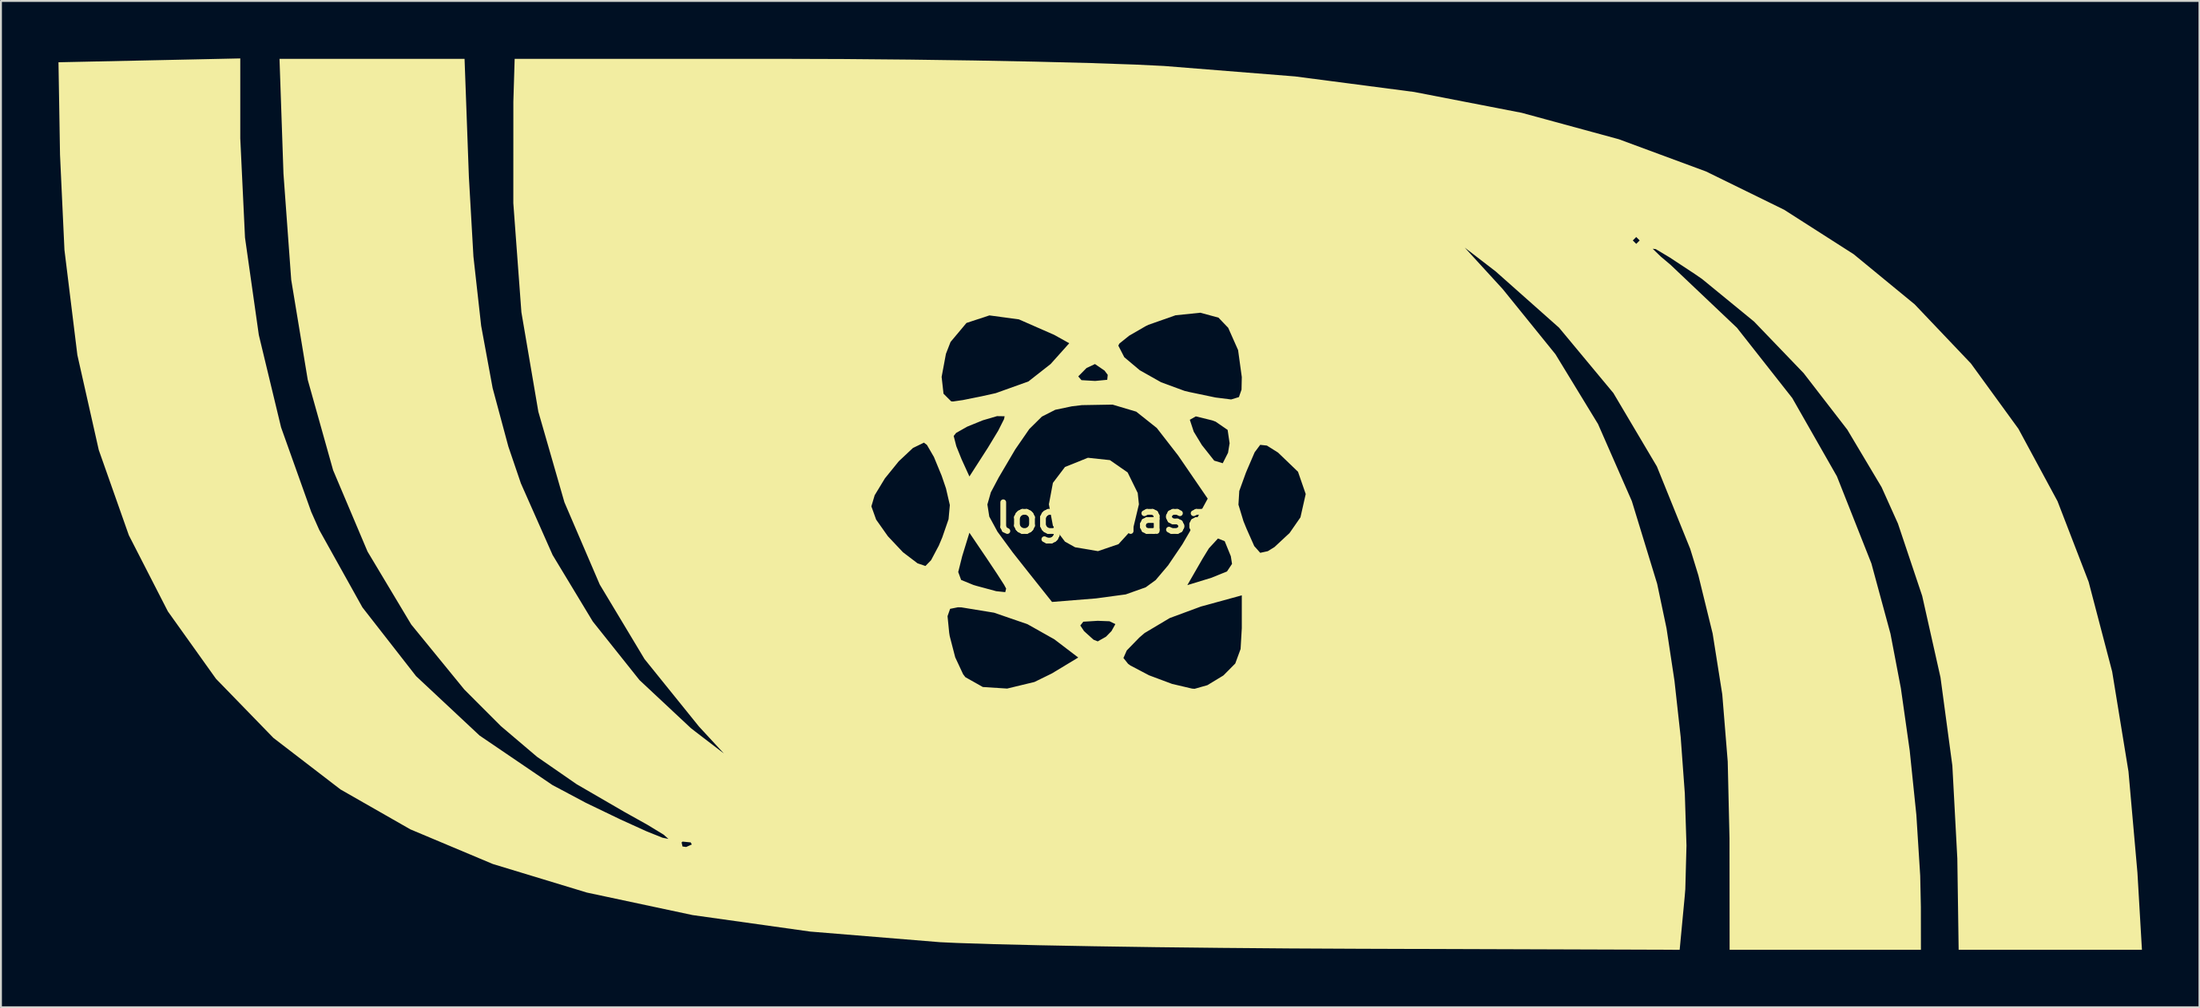
<source format=kicad_pcb>
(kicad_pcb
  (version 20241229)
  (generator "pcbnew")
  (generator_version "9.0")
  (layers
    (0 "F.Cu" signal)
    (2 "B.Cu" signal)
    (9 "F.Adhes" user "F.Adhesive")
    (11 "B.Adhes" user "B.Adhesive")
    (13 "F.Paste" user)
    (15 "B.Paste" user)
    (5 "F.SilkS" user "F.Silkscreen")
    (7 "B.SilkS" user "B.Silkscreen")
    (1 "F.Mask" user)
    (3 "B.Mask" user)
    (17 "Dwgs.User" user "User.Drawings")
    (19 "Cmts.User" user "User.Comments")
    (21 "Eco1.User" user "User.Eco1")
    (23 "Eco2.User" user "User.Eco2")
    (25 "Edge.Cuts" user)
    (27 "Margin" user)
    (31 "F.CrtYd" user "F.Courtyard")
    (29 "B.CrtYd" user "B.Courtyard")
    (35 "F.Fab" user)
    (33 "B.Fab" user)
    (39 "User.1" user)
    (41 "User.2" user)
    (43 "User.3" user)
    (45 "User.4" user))
  (footprint "logo_nasa"
    (layer "F.Cu")
    (at 54.556 23.99)
    (property "Reference" "logo_nasa" (at 0 0 0) (layer "F.SilkS") (effects (font (size 1.5 1.5) (thickness 0.3))))
    (attr board_only exclude_from_pos_files exclude_from_bom)
    (fp_poly (pts (xy 0.277 -3.022) (xy 1.2 -2.38) (xy 1.727 -1.307) (xy 1.789 -0.715) (xy 1.494 0.52) (xy 0.725 1.364) (xy -0.344 1.729) (xy -1.54 1.527) (xy -2.067 1.232) (xy -2.696 0.403) (xy -2.905 -0.716) (xy -2.696 -1.834) (xy -2.067 -2.663) (xy -0.87 -3.145)) (stroke (width 0) (type solid)) (fill yes) (layer "F.SilkS"))
    (fp_poly (pts (xy -45.076 -19.822) (xy -44.829 -14.638) (xy -44.108 -9.554) (xy -42.947 -4.73) (xy -41.376 -0.323) (xy -40.956 0.623) (xy -38.705 4.665) (xy -35.908 8.253) (xy -32.596 11.354) (xy -28.802 13.935) (xy -27.05 14.868) (xy -25.239 15.74) (xy -23.899 16.349) (xy -23.058 16.688) (xy -22.748 16.75) (xy -22.999 16.527) (xy -23.841 16.013) (xy -25.042 15.342) (xy -27.534 13.895) (xy -29.597 12.466) (xy -31.488 10.859) (xy -33.389 8.955) (xy -36.161 5.557) (xy -38.439 1.75) (xy -40.234 -2.496) (xy -41.557 -7.214) (xy -42.419 -12.435) (xy -42.823 -17.977) (xy -43.029 -23.969) (xy -38.204 -23.969) (xy -33.379 -23.969) (xy -33.153 -17.798) (xy -32.916 -13.648) (xy -32.513 -10.033) (xy -31.915 -6.783) (xy -31.095 -3.732) (xy -30.441 -1.809) (xy -28.786 1.932) (xy -26.691 5.402) (xy -24.255 8.46) (xy -21.577 10.967) (xy -21.369 11.129) (xy -19.855 12.291) (xy -21.153 10.886) (xy -23.993 7.363) (xy -25.337 5.124) (xy -8.191 5.124) (xy -8.105 5.993) (xy -8.078 6.162) (xy -7.791 7.271) (xy -7.379 8.154) (xy -7.261 8.308) (xy -6.351 8.821) (xy -5.082 8.902) (xy -3.659 8.559) (xy -2.745 8.111) (xy -1.416 7.307) (xy 0.982 7.307) (xy 1.227 7.613) (xy 1.348 7.7) (xy 2.317 8.21) (xy 3.517 8.659) (xy 4.56 8.904) (xy 4.692 8.915) (xy 5.36 8.726) (xy 6.18 8.228) (xy 6.212 8.202) (xy 6.815 7.593) (xy 7.092 6.837) (xy 7.155 5.749) (xy 7.155 4.036) (xy 5.024 4.62) (xy 3.396 5.222) (xy 2.086 6.003) (xy 1.811 6.239) (xy 1.156 6.912) (xy 0.982 7.307) (xy -1.416 7.307) (xy -1.375 7.282) (xy -2.618 6.334) (xy -3.901 5.61) (xy -1.267 5.61) (xy -1.073 5.903) (xy -0.579 6.351) (xy -0.358 6.439) (xy 0.07 6.197) (xy 0.358 5.903) (xy 0.561 5.538) (xy 0.256 5.389) (xy -0.358 5.366) (xy -1.11 5.412) (xy -1.267 5.61) (xy -3.901 5.61) (xy -4.025 5.541) (xy -5.765 4.942) (xy -7.462 4.665) (xy -7.648 4.659) (xy -8.057 4.741) (xy -8.191 5.124) (xy -25.337 5.124) (xy -26.329 3.472) (xy -26.609 2.819) (xy -7.634 2.819) (xy -7.482 3.232) (xy -6.842 3.494) (xy -6.674 3.544) (xy -5.651 3.82) (xy -5.181 3.869) (xy -5.135 3.685) (xy -5.24 3.488) (xy -5.614 2.907) (xy -6.179 2.058) (xy -6.283 1.905) (xy -7.051 0.769) (xy -7.427 1.993) (xy -7.634 2.819) (xy -26.609 2.819) (xy -28.08 -0.609) (xy -12.163 -0.609) (xy -11.915 0.083) (xy -11.301 0.953) (xy -10.516 1.786) (xy -9.755 2.365) (xy -9.343 2.504) (xy -9.05 2.202) (xy -8.646 1.44) (xy -8.467 1.015) (xy -8.138 0.063) (xy -8.071 -0.676) (xy -8.078 -0.706) (xy -6.113 -0.706) (xy -6.014 -0.074) (xy -5.588 0.711) (xy -4.791 1.797) (xy -3.986 2.817) (xy -2.742 4.381) (xy -0.452 4.197) (xy 1.103 3.987) (xy 2.144 3.617) (xy 2.299 3.504) (xy 4.314 3.504) (xy 5.56 3.122) (xy 6.381 2.791) (xy 6.645 2.395) (xy 6.583 1.996) (xy 6.263 1.209) (xy 5.912 1.069) (xy 5.439 1.583) (xy 5.107 2.126) (xy 4.314 3.504) (xy 2.299 3.504) (xy 2.661 3.241) (xy 3.31 2.474) (xy 4.053 1.377) (xy 4.43 0.728) (xy 5.206 -0.697) (xy 6.98 -0.697) (xy 7.241 0.163) (xy 7.402 0.559) (xy 7.804 1.465) (xy 8.116 1.817) (xy 8.511 1.731) (xy 8.86 1.515) (xy 9.647 0.782) (xy 10.214 -0.036) (xy 10.488 -1.252) (xy 10.086 -2.415) (xy 9.043 -3.418) (xy 9.036 -3.422) (xy 8.464 -3.782) (xy 8.115 -3.82) (xy 7.825 -3.431) (xy 7.429 -2.51) (xy 7.363 -2.35) (xy 7.023 -1.411) (xy 6.98 -0.697) (xy 5.206 -0.697) (xy 5.377 -1.011) (xy 3.833 -3.267) (xy 2.721 -4.7) (xy 2.183 -5.128) (xy 4.444 -5.128) (xy 4.649 -4.507) (xy 5.072 -3.809) (xy 5.716 -2.995) (xy 6.161 -2.86) (xy 6.437 -3.406) (xy 6.519 -3.903) (xy 6.416 -4.599) (xy 5.789 -5.031) (xy 5.612 -5.096) (xy 4.758 -5.306) (xy 4.444 -5.128) (xy 2.183 -5.128) (xy 1.648 -5.553) (xy 0.414 -5.92) (xy -1.184 -5.893) (xy -1.711 -5.83) (xy -2.574 -5.649) (xy -3.271 -5.294) (xy -3.926 -4.646) (xy -4.658 -3.585) (xy -5.523 -2.115) (xy -5.934 -1.337) (xy -6.113 -0.706) (xy -8.078 -0.706) (xy -8.272 -1.546) (xy -8.497 -2.205) (xy -8.901 -3.186) (xy -9.264 -3.813) (xy -9.421 -3.935) (xy -9.995 -3.656) (xy -10.733 -2.963) (xy -11.457 -2.069) (xy -11.991 -1.189) (xy -12.163 -0.609) (xy -28.08 -0.609) (xy -28.171 -0.822) (xy -29.166 -4.282) (xy -7.87 -4.282) (xy -7.734 -3.75) (xy -7.46 -3.069) (xy -7.05 -2.169) (xy -6.081 -3.678) (xy -5.546 -4.563) (xy -5.242 -5.167) (xy -5.215 -5.312) (xy -5.611 -5.318) (xy -6.354 -5.1) (xy -7.161 -4.771) (xy -7.745 -4.441) (xy -7.87 -4.282) (xy -29.166 -4.282) (xy -29.531 -5.55) (xy -29.84 -7.368) (xy -8.499 -7.368) (xy -8.401 -6.489) (xy -8.002 -6.091) (xy -7.909 -6.082) (xy -7.391 -6.157) (xy -6.427 -6.351) (xy -5.676 -6.518) (xy -3.972 -7.129) (xy -3.638 -7.392) (xy -1.374 -7.392) (xy -1.206 -7.196) (xy -0.493 -7.155) (xy 0.137 -7.215) (xy 0.163 -7.473) (xy -0.004 -7.696) (xy -0.503 -8.037) (xy -0.942 -7.831) (xy -1.374 -7.392) (xy -3.638 -7.392) (xy -2.814 -8.039) (xy -1.955 -8.999) (xy 0.715 -8.999) (xy 1.027 -8.393) (xy 1.834 -7.714) (xy 2.946 -7.086) (xy 4.17 -6.636) (xy 4.41 -6.578) (xy 5.783 -6.291) (xy 6.599 -6.189) (xy 7.004 -6.312) (xy 7.141 -6.701) (xy 7.155 -7.357) (xy 6.961 -8.767) (xy 6.446 -9.928) (xy 5.939 -10.459) (xy 4.995 -10.716) (xy 3.701 -10.583) (xy 2.285 -10.085) (xy 2.132 -10.01) (xy 1.276 -9.514) (xy 0.772 -9.108) (xy 0.715 -8.999) (xy -1.955 -8.999) (xy -1.844 -9.123) (xy -2.621 -9.557) (xy -4.471 -10.37) (xy -6.007 -10.576) (xy -7.204 -10.182) (xy -8.034 -9.19) (xy -8.275 -8.57) (xy -8.499 -7.368) (xy -29.84 -7.368) (xy -30.415 -10.744) (xy -30.692 -14.489) (xy 27.546 -14.489) (xy 27.725 -14.31) (xy 27.904 -14.489) (xy 27.725 -14.668) (xy 27.546 -14.489) (xy -30.692 -14.489) (xy -30.836 -16.437) (xy -30.834 -21.733) (xy -30.766 -23.969) (xy -17.033 -23.969) (xy -13.634 -23.959) (xy -10.174 -23.929) (xy -6.788 -23.883) (xy -3.607 -23.822) (xy -0.767 -23.75) (xy 1.601 -23.669) (xy 3.091 -23.597) (xy 9.931 -23.051) (xy 16.141 -22.24) (xy 21.758 -21.15) (xy 26.821 -19.771) (xy 31.367 -18.089) (xy 35.436 -16.093) (xy 39.065 -13.77) (xy 42.245 -11.154) (xy 45.18 -8.066) (xy 47.656 -4.658) (xy 49.696 -0.876) (xy 51.318 3.331) (xy 52.545 8.016) (xy 53.396 13.232) (xy 53.863 18.513) (xy 54.098 22.538) (xy 49.319 22.538) (xy 44.539 22.537) (xy 44.47 17.774) (xy 44.211 12.927) (xy 43.592 8.318) (xy 42.638 4.066) (xy 41.373 0.289) (xy 40.52 -1.61) (xy 38.732 -4.612) (xy 36.454 -7.564) (xy 33.868 -10.256) (xy 31.158 -12.477) (xy 30.766 -12.747) (xy 29.468 -13.603) (xy 28.74 -14.038) (xy 28.584 -14.054) (xy 29.003 -13.649) (xy 29.514 -13.217) (xy 32.976 -9.932) (xy 35.862 -6.262) (xy 38.192 -2.173) (xy 39.988 2.369) (xy 40.984 6.041) (xy 41.526 8.884) (xy 41.987 12.138) (xy 42.334 15.501) (xy 42.534 18.671) (xy 42.569 20.302) (xy 42.572 22.538) (xy 37.583 22.538) (xy 32.595 22.538) (xy 32.589 16.725) (xy 32.496 12.71) (xy 32.212 9.207) (xy 31.71 6.031) (xy 30.966 2.996) (xy 30.54 1.61) (xy 28.802 -2.691) (xy 26.532 -6.525) (xy 23.701 -9.934) (xy 20.392 -12.874) (xy 18.782 -14.115) (xy 20.764 -11.948) (xy 23.512 -8.55) (xy 25.733 -4.905) (xy 27.497 -0.88) (xy 28.816 3.433) (xy 29.304 5.754) (xy 29.719 8.495) (xy 30.044 11.442) (xy 30.259 14.381) (xy 30.345 17.097) (xy 30.284 19.376) (xy 30.252 19.765) (xy 29.99 22.538) (xy 13.296 22.485) (xy 9.682 22.468) (xy 6.102 22.439) (xy 2.659 22.401) (xy -0.545 22.354) (xy -3.408 22.301) (xy -5.827 22.243) (xy -7.7 22.182) (xy -8.586 22.141) (xy -15.356 21.587) (xy -21.492 20.725) (xy -27.004 19.55) (xy -31.905 18.06) (xy -34.584 16.933) (xy -22.061 16.933) (xy -22.012 17.146) (xy -21.823 17.172) (xy -21.528 17.041) (xy -21.584 16.933) (xy -22.009 16.891) (xy -22.061 16.933) (xy -34.584 16.933) (xy -36.206 16.251) (xy -39.849 14.168) (xy -43.345 11.48) (xy -46.343 8.391) (xy -48.852 4.873) (xy -50.886 0.901) (xy -52.455 -3.551) (xy -53.571 -8.508) (xy -54.245 -13.996) (xy -54.476 -18.961) (xy -54.556 -23.79) (xy -49.816 -23.89) (xy -45.076 -23.99)) (stroke (width 0) (type solid)) (fill yes) (layer "F.SilkS")))
  (gr_rect
    (start -3 -3)
    (end 111.654 49.528)
    (stroke (width 0.1) (type default))
    (fill no)
    (layer "Edge.Cuts")))
</source>
